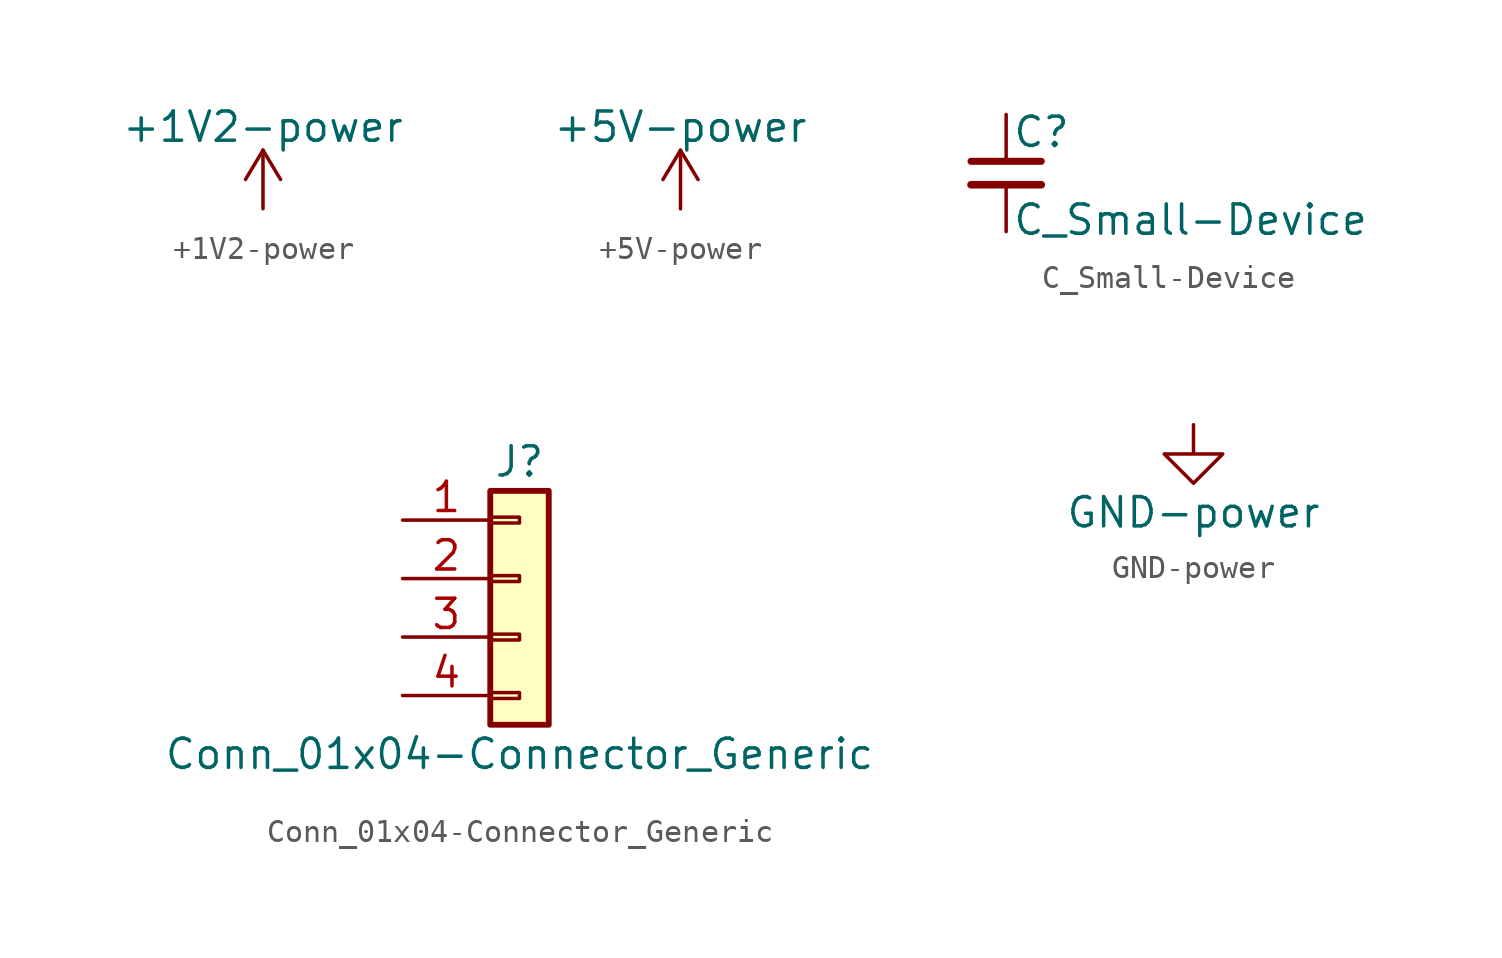
<source format=kicad_sym>
(kicad_symbol_lib
  (version 20220914)
  (generator kicad_symbol_editor)
  (symbol "+1V2-power"
    (power)
    (pin_names
      (offset 0))
    (property "Reference" "#PWR"
      (at 0 -3.81 0)
      (effects (font (size 1.27 1.27)) hide))
    (property "Value" "+1V2-power"
      (at 0 3.556 0)
      (effects (font (size 1.27 1.27))))
    (symbol "+1V2-power_0_1"
      (polyline (pts (xy -0.762 1.27) (xy 0 2.54)) (stroke (width 0) (type solid)) (fill (type none)))
      (polyline (pts (xy 0 0) (xy 0 2.54)) (stroke (width 0) (type solid)) (fill (type none)))
      (polyline (pts (xy 0 2.54) (xy 0.762 1.27)) (stroke (width 0) (type solid)) (fill (type none))))
    (symbol "+1V2-power_1_1"
      (pin power_in line (at 0 0 90) (length 0) hide (name "+1V2" (effects (font (size 1.27 1.27)))) (number "1" (effects (font (size 1.27 1.27)))))))
  (symbol "+5V-power"
    (power)
    (pin_names
      (offset 0))
    (property "Reference" "#PWR"
      (at 0 -3.81 0)
      (effects (font (size 1.27 1.27)) hide))
    (property "Value" "+5V-power"
      (at 0 3.556 0)
      (effects (font (size 1.27 1.27))))
    (symbol "+5V-power_0_1"
      (polyline (pts (xy -0.762 1.27) (xy 0 2.54)) (stroke (width 0) (type solid)) (fill (type none)))
      (polyline (pts (xy 0 0) (xy 0 2.54)) (stroke (width 0) (type solid)) (fill (type none)))
      (polyline (pts (xy 0 2.54) (xy 0.762 1.27)) (stroke (width 0) (type solid)) (fill (type none))))
    (symbol "+5V-power_1_1"
      (pin power_in line (at 0 0 90) (length 0) hide (name "+5V" (effects (font (size 1.27 1.27)))) (number "1" (effects (font (size 1.27 1.27)))))))
  (symbol "C_Small-Device"
    (pin_numbers hide)
    (pin_names
      (offset 0.254) hide)
    (property "Reference" "C"
      (at 0.254 1.778 0)
      (effects (font (size 1.27 1.27)) (justify left)))
    (property "Value" "C_Small-Device"
      (at 0.254 -2.032 0)
      (effects (font (size 1.27 1.27)) (justify left)))
    (symbol "C_Small-Device_0_1"
      (polyline (pts (xy -1.524 -0.508) (xy 1.524 -0.508)) (stroke (width 0.33) (type solid)) (fill (type none)))
      (polyline (pts (xy -1.524 0.508) (xy 1.524 0.508)) (stroke (width 0.305) (type solid)) (fill (type none))))
    (symbol "C_Small-Device_1_1"
      (pin passive line (at 0 2.54 270) (length 2.032) (name "~" (effects (font (size 1.27 1.27)))) (number "1" (effects (font (size 1.27 1.27)))))
      (pin passive line (at 0 -2.54 90) (length 2.032) (name "~" (effects (font (size 1.27 1.27)))) (number "2" (effects (font (size 1.27 1.27)))))))
  (symbol "Conn_01x04-Connector_Generic"
    (pin_names
      (offset 1.016) hide)
    (property "Reference" "J"
      (at 0 5.08 0)
      (effects (font (size 1.27 1.27))))
    (property "Value" "Conn_01x04-Connector_Generic"
      (at 0 -7.62 0)
      (effects (font (size 1.27 1.27))))
    (symbol "Conn_01x04-Connector_Generic_1_1"
      (rectangle (start -1.27 -4.953) (end 0 -5.207) (stroke (width 0.152) (type solid)) (fill (type none)))
      (rectangle (start -1.27 -2.413) (end 0 -2.667) (stroke (width 0.152) (type solid)) (fill (type none)))
      (rectangle (start -1.27 0.127) (end 0 -0.127) (stroke (width 0.152) (type solid)) (fill (type none)))
      (rectangle (start -1.27 2.667) (end 0 2.413) (stroke (width 0.152) (type solid)) (fill (type none)))
      (rectangle (start -1.27 3.81) (end 1.27 -6.35) (stroke (width 0.254) (type solid)) (fill (type background)))
      (pin passive line (at -5.08 2.54 0) (length 3.81) (name "Pin_1" (effects (font (size 1.27 1.27)))) (number "1" (effects (font (size 1.27 1.27)))))
      (pin passive line (at -5.08 0 0) (length 3.81) (name "Pin_2" (effects (font (size 1.27 1.27)))) (number "2" (effects (font (size 1.27 1.27)))))
      (pin passive line (at -5.08 -2.54 0) (length 3.81) (name "Pin_3" (effects (font (size 1.27 1.27)))) (number "3" (effects (font (size 1.27 1.27)))))
      (pin passive line (at -5.08 -5.08 0) (length 3.81) (name "Pin_4" (effects (font (size 1.27 1.27)))) (number "4" (effects (font (size 1.27 1.27)))))))
  (symbol "GND-power"
    (power)
    (pin_names
      (offset 0))
    (property "Reference" "#PWR"
      (at 0 -6.35 0)
      (effects (font (size 1.27 1.27)) hide))
    (property "Value" "GND-power"
      (at 0 -3.81 0)
      (effects (font (size 1.27 1.27))))
    (symbol "GND-power_0_1"
      (polyline (pts (xy 0 0) (xy 0 -1.27) (xy 1.27 -1.27) (xy 0 -2.54) (xy -1.27 -1.27) (xy 0 -1.27)) (stroke (width 0) (type solid)) (fill (type none))))
    (symbol "GND-power_1_1"
      (pin power_in line (at 0 0 270) (length 0) hide (name "GND" (effects (font (size 1.27 1.27)))) (number "1" (effects (font (size 1.27 1.27))))))))
</source>
